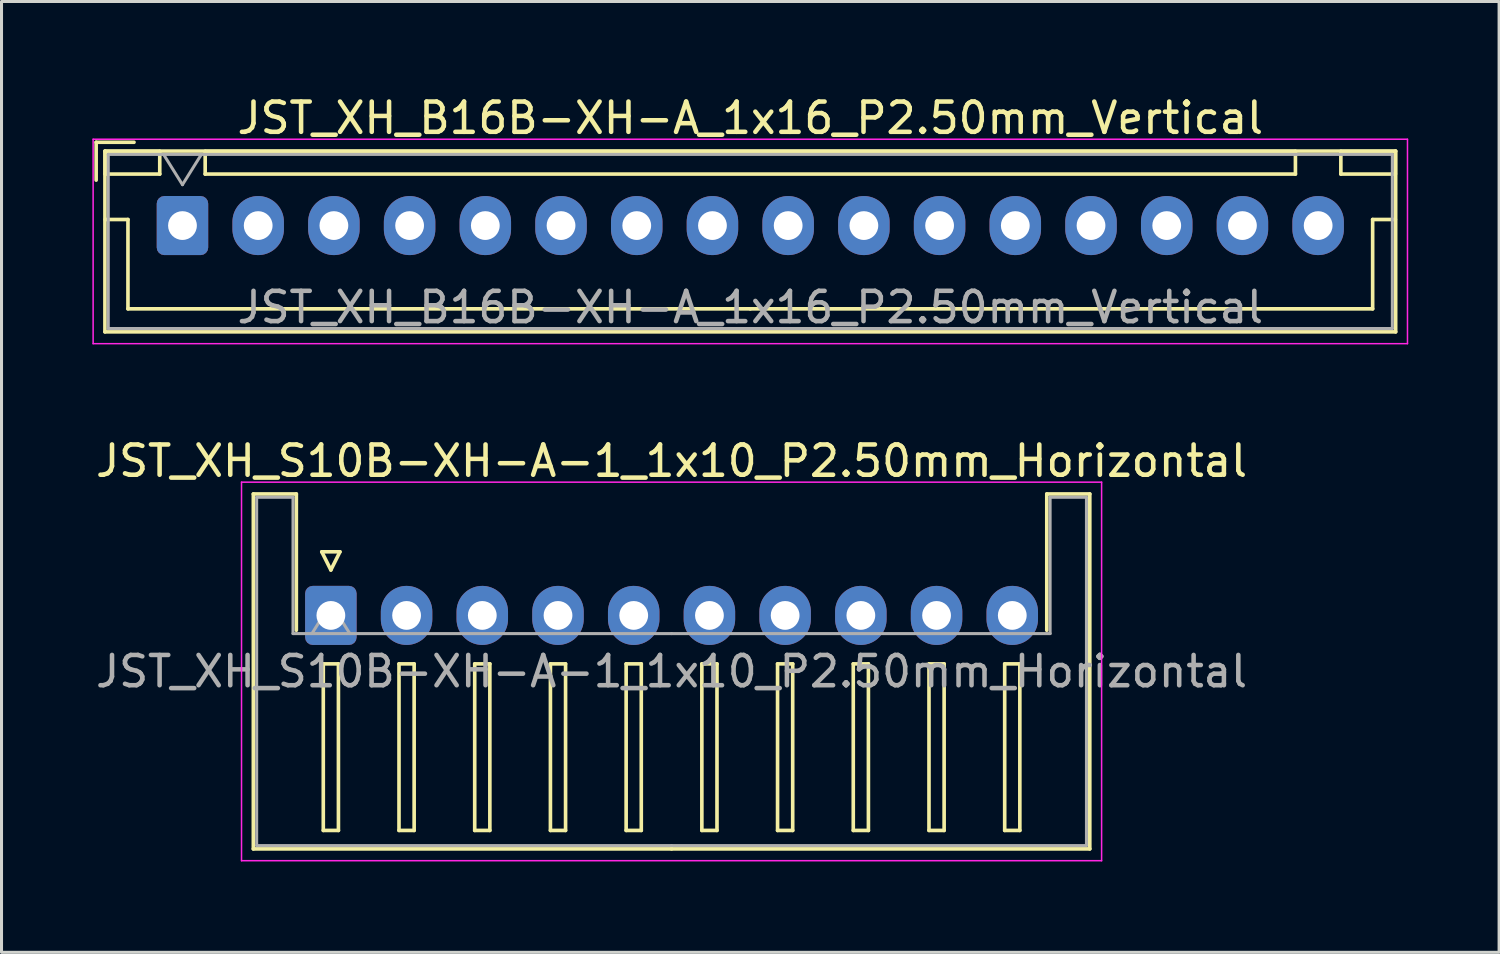
<source format=kicad_pcb>
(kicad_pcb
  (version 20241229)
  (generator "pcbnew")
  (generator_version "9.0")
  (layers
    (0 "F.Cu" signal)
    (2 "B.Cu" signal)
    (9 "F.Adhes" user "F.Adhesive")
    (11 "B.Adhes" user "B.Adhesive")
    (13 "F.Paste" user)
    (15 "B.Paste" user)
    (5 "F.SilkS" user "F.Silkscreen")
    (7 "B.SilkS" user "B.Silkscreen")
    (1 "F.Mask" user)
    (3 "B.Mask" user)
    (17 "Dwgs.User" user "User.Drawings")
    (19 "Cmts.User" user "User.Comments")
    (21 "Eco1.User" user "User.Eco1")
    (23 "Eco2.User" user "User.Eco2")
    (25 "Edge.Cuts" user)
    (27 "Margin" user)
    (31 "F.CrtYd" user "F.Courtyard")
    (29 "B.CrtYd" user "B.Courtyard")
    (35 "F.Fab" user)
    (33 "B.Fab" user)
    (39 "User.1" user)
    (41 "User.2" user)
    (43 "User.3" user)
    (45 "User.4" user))
  (footprint "JST_XH_B16B-XH-A_1x16_P2.50mm_Vertical"
    (layer "F.Cu")
    (at 2.975 4.398)
    (property "Reference" "JST_XH_B16B-XH-A_1x16_P2.50mm_Vertical" (at 18.75 -3.55 0) (layer "F.SilkS") (effects (font (size 1 1) (thickness 0.15))))
    (attr through_hole)
    (fp_line (start -2.85 -2.75) (end -2.85 -1.5) (stroke (width 0.12) (type solid)) (layer "F.SilkS"))
    (fp_line (start -2.56 -2.46) (end -2.56 3.51) (stroke (width 0.12) (type solid)) (layer "F.SilkS"))
    (fp_line (start -2.56 3.51) (end 40.06 3.51) (stroke (width 0.12) (type solid)) (layer "F.SilkS"))
    (fp_line (start -2.55 -2.45) (end -2.55 -1.7) (stroke (width 0.12) (type solid)) (layer "F.SilkS"))
    (fp_line (start -2.55 -1.7) (end -0.75 -1.7) (stroke (width 0.12) (type solid)) (layer "F.SilkS"))
    (fp_line (start -2.55 -0.2) (end -1.8 -0.2) (stroke (width 0.12) (type solid)) (layer "F.SilkS"))
    (fp_line (start -1.8 -0.2) (end -1.8 2.75) (stroke (width 0.12) (type solid)) (layer "F.SilkS"))
    (fp_line (start -1.8 2.75) (end 18.75 2.75) (stroke (width 0.12) (type solid)) (layer "F.SilkS"))
    (fp_line (start -1.6 -2.75) (end -2.85 -2.75) (stroke (width 0.12) (type solid)) (layer "F.SilkS"))
    (fp_line (start -0.75 -2.45) (end -2.55 -2.45) (stroke (width 0.12) (type solid)) (layer "F.SilkS"))
    (fp_line (start -0.75 -1.7) (end -0.75 -2.45) (stroke (width 0.12) (type solid)) (layer "F.SilkS"))
    (fp_line (start 0.75 -2.45) (end 0.75 -1.7) (stroke (width 0.12) (type solid)) (layer "F.SilkS"))
    (fp_line (start 0.75 -1.7) (end 36.75 -1.7) (stroke (width 0.12) (type solid)) (layer "F.SilkS"))
    (fp_line (start 36.75 -2.45) (end 0.75 -2.45) (stroke (width 0.12) (type solid)) (layer "F.SilkS"))
    (fp_line (start 36.75 -1.7) (end 36.75 -2.45) (stroke (width 0.12) (type solid)) (layer "F.SilkS"))
    (fp_line (start 38.25 -2.45) (end 38.25 -1.7) (stroke (width 0.12) (type solid)) (layer "F.SilkS"))
    (fp_line (start 38.25 -1.7) (end 40.05 -1.7) (stroke (width 0.12) (type solid)) (layer "F.SilkS"))
    (fp_line (start 39.3 -0.2) (end 39.3 2.75) (stroke (width 0.12) (type solid)) (layer "F.SilkS"))
    (fp_line (start 39.3 2.75) (end 18.75 2.75) (stroke (width 0.12) (type solid)) (layer "F.SilkS"))
    (fp_line (start 40.05 -2.45) (end 38.25 -2.45) (stroke (width 0.12) (type solid)) (layer "F.SilkS"))
    (fp_line (start 40.05 -1.7) (end 40.05 -2.45) (stroke (width 0.12) (type solid)) (layer "F.SilkS"))
    (fp_line (start 40.05 -0.2) (end 39.3 -0.2) (stroke (width 0.12) (type solid)) (layer "F.SilkS"))
    (fp_line (start 40.06 -2.46) (end -2.56 -2.46) (stroke (width 0.12) (type solid)) (layer "F.SilkS"))
    (fp_line (start 40.06 3.51) (end 40.06 -2.46) (stroke (width 0.12) (type solid)) (layer "F.SilkS"))
    (fp_line (start -2.95 -2.85) (end -2.95 3.9) (stroke (width 0.05) (type solid)) (layer "F.CrtYd"))
    (fp_line (start -2.95 3.9) (end 40.45 3.9) (stroke (width 0.05) (type solid)) (layer "F.CrtYd"))
    (fp_line (start 40.45 -2.85) (end -2.95 -2.85) (stroke (width 0.05) (type solid)) (layer "F.CrtYd"))
    (fp_line (start 40.45 3.9) (end 40.45 -2.85) (stroke (width 0.05) (type solid)) (layer "F.CrtYd"))
    (fp_line (start -2.45 -2.35) (end -2.45 3.4) (stroke (width 0.1) (type solid)) (layer "F.Fab"))
    (fp_line (start -2.45 3.4) (end 39.95 3.4) (stroke (width 0.1) (type solid)) (layer "F.Fab"))
    (fp_line (start -0.625 -2.35) (end 0 -1.35) (stroke (width 0.1) (type solid)) (layer "F.Fab"))
    (fp_line (start 0 -1.35) (end 0.625 -2.35) (stroke (width 0.1) (type solid)) (layer "F.Fab"))
    (fp_line (start 39.95 -2.35) (end -2.45 -2.35) (stroke (width 0.1) (type solid)) (layer "F.Fab"))
    (fp_line (start 39.95 3.4) (end 39.95 -2.35) (stroke (width 0.1) (type solid)) (layer "F.Fab"))
    (fp_text user "${REFERENCE}" (at 18.75 2.7 0) (layer "F.Fab") (effects (font (size 1 1) (thickness 0.15))))
    (pad "1" thru_hole roundrect (at 0 0) (size 1.7 1.95) (drill 0.95) (layers "*.Cu" "*.Mask") (roundrect_rratio 0.147))
    (pad "2" thru_hole oval (at 2.5 0) (size 1.7 1.95) (drill 0.95) (layers "*.Cu" "*.Mask"))
    (pad "3" thru_hole oval (at 5 0) (size 1.7 1.95) (drill 0.95) (layers "*.Cu" "*.Mask"))
    (pad "4" thru_hole oval (at 7.5 0) (size 1.7 1.95) (drill 0.95) (layers "*.Cu" "*.Mask"))
    (pad "5" thru_hole oval (at 10 0) (size 1.7 1.95) (drill 0.95) (layers "*.Cu" "*.Mask"))
    (pad "6" thru_hole oval (at 12.5 0) (size 1.7 1.95) (drill 0.95) (layers "*.Cu" "*.Mask"))
    (pad "7" thru_hole oval (at 15 0) (size 1.7 1.95) (drill 0.95) (layers "*.Cu" "*.Mask"))
    (pad "8" thru_hole oval (at 17.5 0) (size 1.7 1.95) (drill 0.95) (layers "*.Cu" "*.Mask"))
    (pad "9" thru_hole oval (at 20 0) (size 1.7 1.95) (drill 0.95) (layers "*.Cu" "*.Mask"))
    (pad "10" thru_hole oval (at 22.5 0) (size 1.7 1.95) (drill 0.95) (layers "*.Cu" "*.Mask"))
    (pad "11" thru_hole oval (at 25 0) (size 1.7 1.95) (drill 0.95) (layers "*.Cu" "*.Mask"))
    (pad "12" thru_hole oval (at 27.5 0) (size 1.7 1.95) (drill 0.95) (layers "*.Cu" "*.Mask"))
    (pad "13" thru_hole oval (at 30 0) (size 1.7 1.95) (drill 0.95) (layers "*.Cu" "*.Mask"))
    (pad "14" thru_hole oval (at 32.5 0) (size 1.7 1.95) (drill 0.95) (layers "*.Cu" "*.Mask"))
    (pad "15" thru_hole oval (at 35 0) (size 1.7 1.95) (drill 0.95) (layers "*.Cu" "*.Mask"))
    (pad "16" thru_hole oval (at 37.5 0) (size 1.7 1.95) (drill 0.95) (layers "*.Cu" "*.Mask")))
  (footprint "JST_XH_S10B-XH-A-1_1x10_P2.50mm_Horizontal"
    (layer "F.Cu")
    (at 7.875 17.271)
    (property "Reference" "JST_XH_S10B-XH-A-1_1x10_P2.50mm_Horizontal" (at 11.25 -5.1 0) (layer "F.SilkS") (effects (font (size 1 1) (thickness 0.15))))
    (attr through_hole)
    (fp_line (start -2.56 -4.01) (end -1.14 -4.01) (stroke (width 0.12) (type solid)) (layer "F.SilkS"))
    (fp_line (start -2.56 7.71) (end -2.56 -4.01) (stroke (width 0.12) (type solid)) (layer "F.SilkS"))
    (fp_line (start -1.14 -4.01) (end -1.14 0.49) (stroke (width 0.12) (type solid)) (layer "F.SilkS"))
    (fp_line (start -0.3 -2.1) (end 0.3 -2.1) (stroke (width 0.12) (type solid)) (layer "F.SilkS"))
    (fp_line (start -0.25 1.6) (end -0.25 7.1) (stroke (width 0.12) (type solid)) (layer "F.SilkS"))
    (fp_line (start -0.25 7.1) (end 0.25 7.1) (stroke (width 0.12) (type solid)) (layer "F.SilkS"))
    (fp_line (start 0 -1.5) (end -0.3 -2.1) (stroke (width 0.12) (type solid)) (layer "F.SilkS"))
    (fp_line (start 0.25 1.6) (end -0.25 1.6) (stroke (width 0.12) (type solid)) (layer "F.SilkS"))
    (fp_line (start 0.25 7.1) (end 0.25 1.6) (stroke (width 0.12) (type solid)) (layer "F.SilkS"))
    (fp_line (start 0.3 -2.1) (end 0 -1.5) (stroke (width 0.12) (type solid)) (layer "F.SilkS"))
    (fp_line (start 2.25 1.6) (end 2.25 7.1) (stroke (width 0.12) (type solid)) (layer "F.SilkS"))
    (fp_line (start 2.25 7.1) (end 2.75 7.1) (stroke (width 0.12) (type solid)) (layer "F.SilkS"))
    (fp_line (start 2.75 1.6) (end 2.25 1.6) (stroke (width 0.12) (type solid)) (layer "F.SilkS"))
    (fp_line (start 2.75 7.1) (end 2.75 1.6) (stroke (width 0.12) (type solid)) (layer "F.SilkS"))
    (fp_line (start 4.75 1.6) (end 4.75 7.1) (stroke (width 0.12) (type solid)) (layer "F.SilkS"))
    (fp_line (start 4.75 7.1) (end 5.25 7.1) (stroke (width 0.12) (type solid)) (layer "F.SilkS"))
    (fp_line (start 5.25 1.6) (end 4.75 1.6) (stroke (width 0.12) (type solid)) (layer "F.SilkS"))
    (fp_line (start 5.25 7.1) (end 5.25 1.6) (stroke (width 0.12) (type solid)) (layer "F.SilkS"))
    (fp_line (start 7.25 1.6) (end 7.25 7.1) (stroke (width 0.12) (type solid)) (layer "F.SilkS"))
    (fp_line (start 7.25 7.1) (end 7.75 7.1) (stroke (width 0.12) (type solid)) (layer "F.SilkS"))
    (fp_line (start 7.75 1.6) (end 7.25 1.6) (stroke (width 0.12) (type solid)) (layer "F.SilkS"))
    (fp_line (start 7.75 7.1) (end 7.75 1.6) (stroke (width 0.12) (type solid)) (layer "F.SilkS"))
    (fp_line (start 9.75 1.6) (end 9.75 7.1) (stroke (width 0.12) (type solid)) (layer "F.SilkS"))
    (fp_line (start 9.75 7.1) (end 10.25 7.1) (stroke (width 0.12) (type solid)) (layer "F.SilkS"))
    (fp_line (start 10.25 1.6) (end 9.75 1.6) (stroke (width 0.12) (type solid)) (layer "F.SilkS"))
    (fp_line (start 10.25 7.1) (end 10.25 1.6) (stroke (width 0.12) (type solid)) (layer "F.SilkS"))
    (fp_line (start 11.25 7.71) (end -2.56 7.71) (stroke (width 0.12) (type solid)) (layer "F.SilkS"))
    (fp_line (start 11.25 7.71) (end 25.06 7.71) (stroke (width 0.12) (type solid)) (layer "F.SilkS"))
    (fp_line (start 12.25 1.6) (end 12.25 7.1) (stroke (width 0.12) (type solid)) (layer "F.SilkS"))
    (fp_line (start 12.25 7.1) (end 12.75 7.1) (stroke (width 0.12) (type solid)) (layer "F.SilkS"))
    (fp_line (start 12.75 1.6) (end 12.25 1.6) (stroke (width 0.12) (type solid)) (layer "F.SilkS"))
    (fp_line (start 12.75 7.1) (end 12.75 1.6) (stroke (width 0.12) (type solid)) (layer "F.SilkS"))
    (fp_line (start 14.75 1.6) (end 14.75 7.1) (stroke (width 0.12) (type solid)) (layer "F.SilkS"))
    (fp_line (start 14.75 7.1) (end 15.25 7.1) (stroke (width 0.12) (type solid)) (layer "F.SilkS"))
    (fp_line (start 15.25 1.6) (end 14.75 1.6) (stroke (width 0.12) (type solid)) (layer "F.SilkS"))
    (fp_line (start 15.25 7.1) (end 15.25 1.6) (stroke (width 0.12) (type solid)) (layer "F.SilkS"))
    (fp_line (start 17.25 1.6) (end 17.25 7.1) (stroke (width 0.12) (type solid)) (layer "F.SilkS"))
    (fp_line (start 17.25 7.1) (end 17.75 7.1) (stroke (width 0.12) (type solid)) (layer "F.SilkS"))
    (fp_line (start 17.75 1.6) (end 17.25 1.6) (stroke (width 0.12) (type solid)) (layer "F.SilkS"))
    (fp_line (start 17.75 7.1) (end 17.75 1.6) (stroke (width 0.12) (type solid)) (layer "F.SilkS"))
    (fp_line (start 19.75 1.6) (end 19.75 7.1) (stroke (width 0.12) (type solid)) (layer "F.SilkS"))
    (fp_line (start 19.75 7.1) (end 20.25 7.1) (stroke (width 0.12) (type solid)) (layer "F.SilkS"))
    (fp_line (start 20.25 1.6) (end 19.75 1.6) (stroke (width 0.12) (type solid)) (layer "F.SilkS"))
    (fp_line (start 20.25 7.1) (end 20.25 1.6) (stroke (width 0.12) (type solid)) (layer "F.SilkS"))
    (fp_line (start 22.25 1.6) (end 22.25 7.1) (stroke (width 0.12) (type solid)) (layer "F.SilkS"))
    (fp_line (start 22.25 7.1) (end 22.75 7.1) (stroke (width 0.12) (type solid)) (layer "F.SilkS"))
    (fp_line (start 22.75 1.6) (end 22.25 1.6) (stroke (width 0.12) (type solid)) (layer "F.SilkS"))
    (fp_line (start 22.75 7.1) (end 22.75 1.6) (stroke (width 0.12) (type solid)) (layer "F.SilkS"))
    (fp_line (start 23.64 -4.01) (end 23.64 0.49) (stroke (width 0.12) (type solid)) (layer "F.SilkS"))
    (fp_line (start 25.06 -4.01) (end 23.64 -4.01) (stroke (width 0.12) (type solid)) (layer "F.SilkS"))
    (fp_line (start 25.06 7.71) (end 25.06 -4.01) (stroke (width 0.12) (type solid)) (layer "F.SilkS"))
    (fp_line (start -2.95 -4.4) (end -2.95 8.1) (stroke (width 0.05) (type solid)) (layer "F.CrtYd"))
    (fp_line (start -2.95 8.1) (end 25.45 8.1) (stroke (width 0.05) (type solid)) (layer "F.CrtYd"))
    (fp_line (start 25.45 -4.4) (end -2.95 -4.4) (stroke (width 0.05) (type solid)) (layer "F.CrtYd"))
    (fp_line (start 25.45 8.1) (end 25.45 -4.4) (stroke (width 0.05) (type solid)) (layer "F.CrtYd"))
    (fp_line (start -2.45 -3.9) (end -1.25 -3.9) (stroke (width 0.1) (type solid)) (layer "F.Fab"))
    (fp_line (start -2.45 7.6) (end -2.45 -3.9) (stroke (width 0.1) (type solid)) (layer "F.Fab"))
    (fp_line (start -1.25 -3.9) (end -1.25 0.6) (stroke (width 0.1) (type solid)) (layer "F.Fab"))
    (fp_line (start -1.25 0.6) (end 11.25 0.6) (stroke (width 0.1) (type solid)) (layer "F.Fab"))
    (fp_line (start -0.625 0.6) (end 0 -0.4) (stroke (width 0.1) (type solid)) (layer "F.Fab"))
    (fp_line (start 0 -0.4) (end 0.625 0.6) (stroke (width 0.1) (type solid)) (layer "F.Fab"))
    (fp_line (start 11.25 7.6) (end -2.45 7.6) (stroke (width 0.1) (type solid)) (layer "F.Fab"))
    (fp_line (start 11.25 7.6) (end 24.95 7.6) (stroke (width 0.1) (type solid)) (layer "F.Fab"))
    (fp_line (start 23.75 -3.9) (end 23.75 0.6) (stroke (width 0.1) (type solid)) (layer "F.Fab"))
    (fp_line (start 23.75 0.6) (end 11.25 0.6) (stroke (width 0.1) (type solid)) (layer "F.Fab"))
    (fp_line (start 24.95 -3.9) (end 23.75 -3.9) (stroke (width 0.1) (type solid)) (layer "F.Fab"))
    (fp_line (start 24.95 7.6) (end 24.95 -3.9) (stroke (width 0.1) (type solid)) (layer "F.Fab"))
    (fp_text user "${REFERENCE}" (at 11.25 1.85 0) (layer "F.Fab") (effects (font (size 1 1) (thickness 0.15))))
    (pad "1" thru_hole roundrect (at 0 0) (size 1.7 1.95) (drill 0.95) (layers "*.Cu" "*.Mask") (roundrect_rratio 0.147))
    (pad "2" thru_hole oval (at 2.5 0) (size 1.7 1.95) (drill 0.95) (layers "*.Cu" "*.Mask"))
    (pad "3" thru_hole oval (at 5 0) (size 1.7 1.95) (drill 0.95) (layers "*.Cu" "*.Mask"))
    (pad "4" thru_hole oval (at 7.5 0) (size 1.7 1.95) (drill 0.95) (layers "*.Cu" "*.Mask"))
    (pad "5" thru_hole oval (at 10 0) (size 1.7 1.95) (drill 0.95) (layers "*.Cu" "*.Mask"))
    (pad "6" thru_hole oval (at 12.5 0) (size 1.7 1.95) (drill 0.95) (layers "*.Cu" "*.Mask"))
    (pad "7" thru_hole oval (at 15 0) (size 1.7 1.95) (drill 0.95) (layers "*.Cu" "*.Mask"))
    (pad "8" thru_hole oval (at 17.5 0) (size 1.7 1.95) (drill 0.95) (layers "*.Cu" "*.Mask"))
    (pad "9" thru_hole oval (at 20 0) (size 1.7 1.95) (drill 0.95) (layers "*.Cu" "*.Mask"))
    (pad "10" thru_hole oval (at 22.5 0) (size 1.7 1.95) (drill 0.95) (layers "*.Cu" "*.Mask")))
  (gr_rect
    (start -3 -3)
    (end 46.45 28.396)
    (stroke (width 0.1) (type default))
    (fill no)
    (layer "Edge.Cuts")))
</source>
